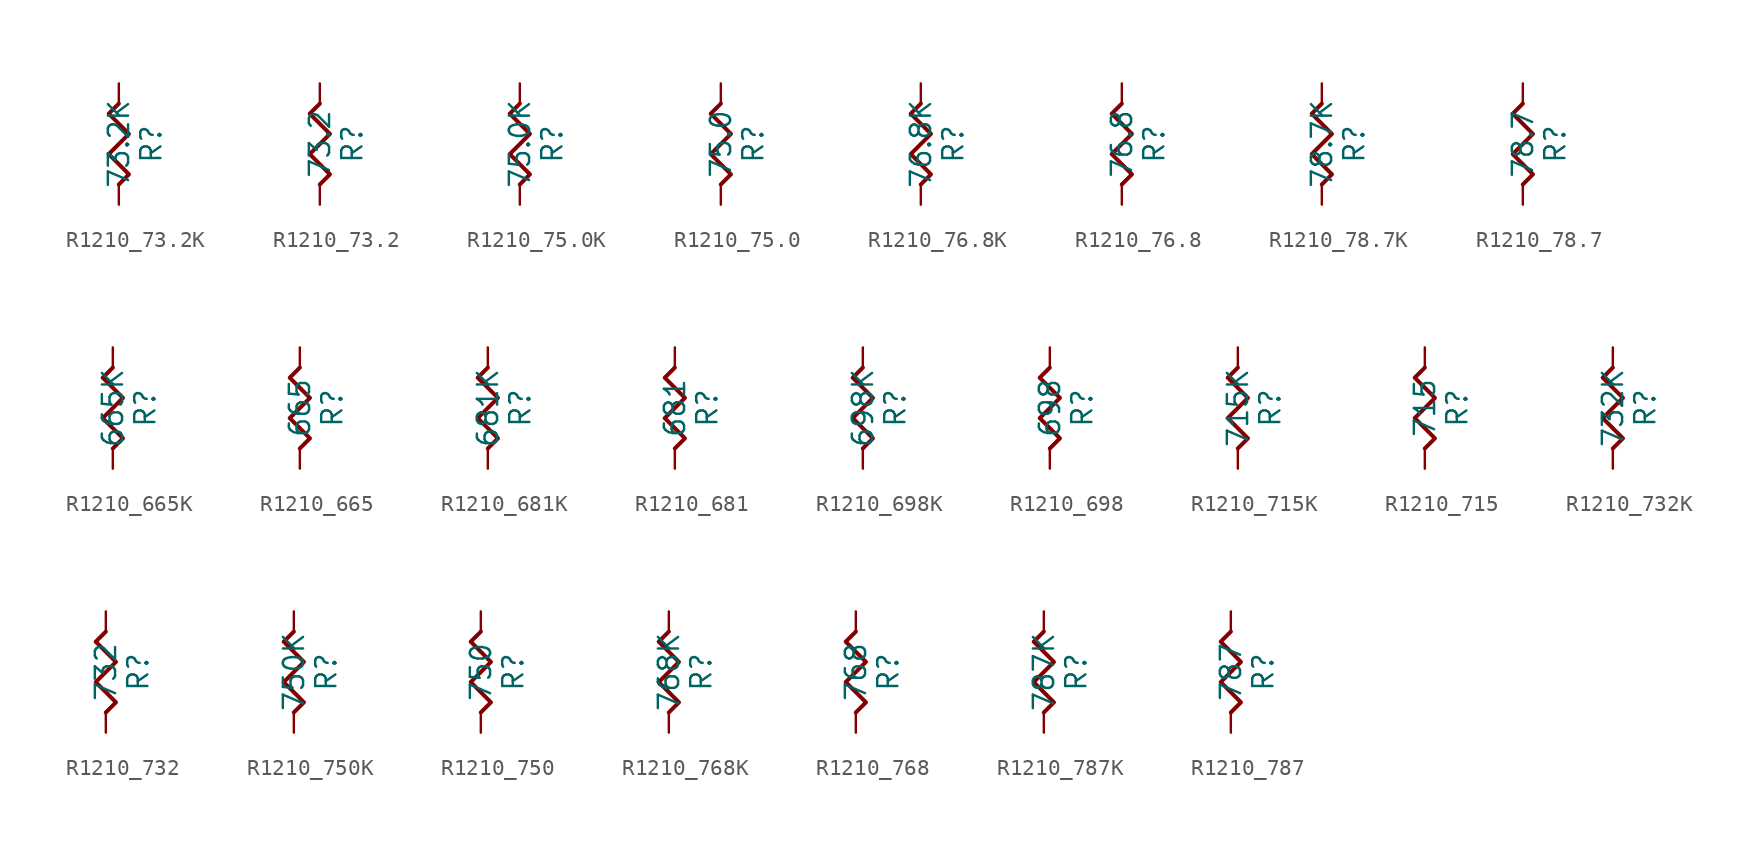
<source format=kicad_sym>
(kicad_symbol_lib
  (version 20211014)
  (generator atlantix-eda)
  (symbol "R1210_73.2K"
    (pin_numbers hide)
    (pin_names
      (offset 0))
    (property "Reference" "R"
      (at 2.032 0 90)
      (effects (font (size 1.27 1.27))))
    (property "Value" "73.2K"
      (at 0 0 90)
      (effects (font (size 1.27 1.27))))
    (symbol "R1210_73.2K_0_1"
      (polyline (pts (xy 0 -2.54) (xy 0.635 -1.905) (xy -0.635 -0.635) (xy 0.635 0.635) (xy -0.635 1.905) (xy 0 2.54)) (stroke (width 0.254) (type default) (color 0 0 0 0)) (fill (type none))))
    (symbol "R1210_73.2K_1_1"
      (pin passive line (at 0 3.81 270) (length 1.27) (name "~" (effects (font (size 1.27 1.27)))) (number "1" (effects (font (size 1.27 1.27)))))
      (pin passive line (at 0 -3.81 90) (length 1.27) (name "~" (effects (font (size 1.27 1.27)))) (number "2" (effects (font (size 1.27 1.27)))))))
  (symbol "R1210_73.2"
    (pin_numbers hide)
    (pin_names
      (offset 0))
    (property "Reference" "R"
      (at 2.032 0 90)
      (effects (font (size 1.27 1.27))))
    (property "Value" "73.2"
      (at 0 0 90)
      (effects (font (size 1.27 1.27))))
    (symbol "R1210_73.2_0_1"
      (polyline (pts (xy 0 -2.54) (xy 0.635 -1.905) (xy -0.635 -0.635) (xy 0.635 0.635) (xy -0.635 1.905) (xy 0 2.54)) (stroke (width 0.254) (type default) (color 0 0 0 0)) (fill (type none))))
    (symbol "R1210_73.2_1_1"
      (pin passive line (at 0 3.81 270) (length 1.27) (name "~" (effects (font (size 1.27 1.27)))) (number "1" (effects (font (size 1.27 1.27)))))
      (pin passive line (at 0 -3.81 90) (length 1.27) (name "~" (effects (font (size 1.27 1.27)))) (number "2" (effects (font (size 1.27 1.27)))))))
  (symbol "R1210_75.0K"
    (pin_numbers hide)
    (pin_names
      (offset 0))
    (property "Reference" "R"
      (at 2.032 0 90)
      (effects (font (size 1.27 1.27))))
    (property "Value" "75.0K"
      (at 0 0 90)
      (effects (font (size 1.27 1.27))))
    (symbol "R1210_75.0K_0_1"
      (polyline (pts (xy 0 -2.54) (xy 0.635 -1.905) (xy -0.635 -0.635) (xy 0.635 0.635) (xy -0.635 1.905) (xy 0 2.54)) (stroke (width 0.254) (type default) (color 0 0 0 0)) (fill (type none))))
    (symbol "R1210_75.0K_1_1"
      (pin passive line (at 0 3.81 270) (length 1.27) (name "~" (effects (font (size 1.27 1.27)))) (number "1" (effects (font (size 1.27 1.27)))))
      (pin passive line (at 0 -3.81 90) (length 1.27) (name "~" (effects (font (size 1.27 1.27)))) (number "2" (effects (font (size 1.27 1.27)))))))
  (symbol "R1210_75.0"
    (pin_numbers hide)
    (pin_names
      (offset 0))
    (property "Reference" "R"
      (at 2.032 0 90)
      (effects (font (size 1.27 1.27))))
    (property "Value" "75.0"
      (at 0 0 90)
      (effects (font (size 1.27 1.27))))
    (symbol "R1210_75.0_0_1"
      (polyline (pts (xy 0 -2.54) (xy 0.635 -1.905) (xy -0.635 -0.635) (xy 0.635 0.635) (xy -0.635 1.905) (xy 0 2.54)) (stroke (width 0.254) (type default) (color 0 0 0 0)) (fill (type none))))
    (symbol "R1210_75.0_1_1"
      (pin passive line (at 0 3.81 270) (length 1.27) (name "~" (effects (font (size 1.27 1.27)))) (number "1" (effects (font (size 1.27 1.27)))))
      (pin passive line (at 0 -3.81 90) (length 1.27) (name "~" (effects (font (size 1.27 1.27)))) (number "2" (effects (font (size 1.27 1.27)))))))
  (symbol "R1210_76.8K"
    (pin_numbers hide)
    (pin_names
      (offset 0))
    (property "Reference" "R"
      (at 2.032 0 90)
      (effects (font (size 1.27 1.27))))
    (property "Value" "76.8K"
      (at 0 0 90)
      (effects (font (size 1.27 1.27))))
    (symbol "R1210_76.8K_0_1"
      (polyline (pts (xy 0 -2.54) (xy 0.635 -1.905) (xy -0.635 -0.635) (xy 0.635 0.635) (xy -0.635 1.905) (xy 0 2.54)) (stroke (width 0.254) (type default) (color 0 0 0 0)) (fill (type none))))
    (symbol "R1210_76.8K_1_1"
      (pin passive line (at 0 3.81 270) (length 1.27) (name "~" (effects (font (size 1.27 1.27)))) (number "1" (effects (font (size 1.27 1.27)))))
      (pin passive line (at 0 -3.81 90) (length 1.27) (name "~" (effects (font (size 1.27 1.27)))) (number "2" (effects (font (size 1.27 1.27)))))))
  (symbol "R1210_76.8"
    (pin_numbers hide)
    (pin_names
      (offset 0))
    (property "Reference" "R"
      (at 2.032 0 90)
      (effects (font (size 1.27 1.27))))
    (property "Value" "76.8"
      (at 0 0 90)
      (effects (font (size 1.27 1.27))))
    (symbol "R1210_76.8_0_1"
      (polyline (pts (xy 0 -2.54) (xy 0.635 -1.905) (xy -0.635 -0.635) (xy 0.635 0.635) (xy -0.635 1.905) (xy 0 2.54)) (stroke (width 0.254) (type default) (color 0 0 0 0)) (fill (type none))))
    (symbol "R1210_76.8_1_1"
      (pin passive line (at 0 3.81 270) (length 1.27) (name "~" (effects (font (size 1.27 1.27)))) (number "1" (effects (font (size 1.27 1.27)))))
      (pin passive line (at 0 -3.81 90) (length 1.27) (name "~" (effects (font (size 1.27 1.27)))) (number "2" (effects (font (size 1.27 1.27)))))))
  (symbol "R1210_78.7K"
    (pin_numbers hide)
    (pin_names
      (offset 0))
    (property "Reference" "R"
      (at 2.032 0 90)
      (effects (font (size 1.27 1.27))))
    (property "Value" "78.7K"
      (at 0 0 90)
      (effects (font (size 1.27 1.27))))
    (symbol "R1210_78.7K_0_1"
      (polyline (pts (xy 0 -2.54) (xy 0.635 -1.905) (xy -0.635 -0.635) (xy 0.635 0.635) (xy -0.635 1.905) (xy 0 2.54)) (stroke (width 0.254) (type default) (color 0 0 0 0)) (fill (type none))))
    (symbol "R1210_78.7K_1_1"
      (pin passive line (at 0 3.81 270) (length 1.27) (name "~" (effects (font (size 1.27 1.27)))) (number "1" (effects (font (size 1.27 1.27)))))
      (pin passive line (at 0 -3.81 90) (length 1.27) (name "~" (effects (font (size 1.27 1.27)))) (number "2" (effects (font (size 1.27 1.27)))))))
  (symbol "R1210_78.7"
    (pin_numbers hide)
    (pin_names
      (offset 0))
    (property "Reference" "R"
      (at 2.032 0 90)
      (effects (font (size 1.27 1.27))))
    (property "Value" "78.7"
      (at 0 0 90)
      (effects (font (size 1.27 1.27))))
    (symbol "R1210_78.7_0_1"
      (polyline (pts (xy 0 -2.54) (xy 0.635 -1.905) (xy -0.635 -0.635) (xy 0.635 0.635) (xy -0.635 1.905) (xy 0 2.54)) (stroke (width 0.254) (type default) (color 0 0 0 0)) (fill (type none))))
    (symbol "R1210_78.7_1_1"
      (pin passive line (at 0 3.81 270) (length 1.27) (name "~" (effects (font (size 1.27 1.27)))) (number "1" (effects (font (size 1.27 1.27)))))
      (pin passive line (at 0 -3.81 90) (length 1.27) (name "~" (effects (font (size 1.27 1.27)))) (number "2" (effects (font (size 1.27 1.27)))))))
  (symbol "R1210_665K"
    (pin_numbers hide)
    (pin_names
      (offset 0))
    (property "Reference" "R"
      (at 2.032 0 90)
      (effects (font (size 1.27 1.27))))
    (property "Value" "665K"
      (at 0 0 90)
      (effects (font (size 1.27 1.27))))
    (symbol "R1210_665K_0_1"
      (polyline (pts (xy 0 -2.54) (xy 0.635 -1.905) (xy -0.635 -0.635) (xy 0.635 0.635) (xy -0.635 1.905) (xy 0 2.54)) (stroke (width 0.254) (type default) (color 0 0 0 0)) (fill (type none))))
    (symbol "R1210_665K_1_1"
      (pin passive line (at 0 3.81 270) (length 1.27) (name "~" (effects (font (size 1.27 1.27)))) (number "1" (effects (font (size 1.27 1.27)))))
      (pin passive line (at 0 -3.81 90) (length 1.27) (name "~" (effects (font (size 1.27 1.27)))) (number "2" (effects (font (size 1.27 1.27)))))))
  (symbol "R1210_665"
    (pin_numbers hide)
    (pin_names
      (offset 0))
    (property "Reference" "R"
      (at 2.032 0 90)
      (effects (font (size 1.27 1.27))))
    (property "Value" "665"
      (at 0 0 90)
      (effects (font (size 1.27 1.27))))
    (symbol "R1210_665_0_1"
      (polyline (pts (xy 0 -2.54) (xy 0.635 -1.905) (xy -0.635 -0.635) (xy 0.635 0.635) (xy -0.635 1.905) (xy 0 2.54)) (stroke (width 0.254) (type default) (color 0 0 0 0)) (fill (type none))))
    (symbol "R1210_665_1_1"
      (pin passive line (at 0 3.81 270) (length 1.27) (name "~" (effects (font (size 1.27 1.27)))) (number "1" (effects (font (size 1.27 1.27)))))
      (pin passive line (at 0 -3.81 90) (length 1.27) (name "~" (effects (font (size 1.27 1.27)))) (number "2" (effects (font (size 1.27 1.27)))))))
  (symbol "R1210_681K"
    (pin_numbers hide)
    (pin_names
      (offset 0))
    (property "Reference" "R"
      (at 2.032 0 90)
      (effects (font (size 1.27 1.27))))
    (property "Value" "681K"
      (at 0 0 90)
      (effects (font (size 1.27 1.27))))
    (symbol "R1210_681K_0_1"
      (polyline (pts (xy 0 -2.54) (xy 0.635 -1.905) (xy -0.635 -0.635) (xy 0.635 0.635) (xy -0.635 1.905) (xy 0 2.54)) (stroke (width 0.254) (type default) (color 0 0 0 0)) (fill (type none))))
    (symbol "R1210_681K_1_1"
      (pin passive line (at 0 3.81 270) (length 1.27) (name "~" (effects (font (size 1.27 1.27)))) (number "1" (effects (font (size 1.27 1.27)))))
      (pin passive line (at 0 -3.81 90) (length 1.27) (name "~" (effects (font (size 1.27 1.27)))) (number "2" (effects (font (size 1.27 1.27)))))))
  (symbol "R1210_681"
    (pin_numbers hide)
    (pin_names
      (offset 0))
    (property "Reference" "R"
      (at 2.032 0 90)
      (effects (font (size 1.27 1.27))))
    (property "Value" "681"
      (at 0 0 90)
      (effects (font (size 1.27 1.27))))
    (symbol "R1210_681_0_1"
      (polyline (pts (xy 0 -2.54) (xy 0.635 -1.905) (xy -0.635 -0.635) (xy 0.635 0.635) (xy -0.635 1.905) (xy 0 2.54)) (stroke (width 0.254) (type default) (color 0 0 0 0)) (fill (type none))))
    (symbol "R1210_681_1_1"
      (pin passive line (at 0 3.81 270) (length 1.27) (name "~" (effects (font (size 1.27 1.27)))) (number "1" (effects (font (size 1.27 1.27)))))
      (pin passive line (at 0 -3.81 90) (length 1.27) (name "~" (effects (font (size 1.27 1.27)))) (number "2" (effects (font (size 1.27 1.27)))))))
  (symbol "R1210_698K"
    (pin_numbers hide)
    (pin_names
      (offset 0))
    (property "Reference" "R"
      (at 2.032 0 90)
      (effects (font (size 1.27 1.27))))
    (property "Value" "698K"
      (at 0 0 90)
      (effects (font (size 1.27 1.27))))
    (symbol "R1210_698K_0_1"
      (polyline (pts (xy 0 -2.54) (xy 0.635 -1.905) (xy -0.635 -0.635) (xy 0.635 0.635) (xy -0.635 1.905) (xy 0 2.54)) (stroke (width 0.254) (type default) (color 0 0 0 0)) (fill (type none))))
    (symbol "R1210_698K_1_1"
      (pin passive line (at 0 3.81 270) (length 1.27) (name "~" (effects (font (size 1.27 1.27)))) (number "1" (effects (font (size 1.27 1.27)))))
      (pin passive line (at 0 -3.81 90) (length 1.27) (name "~" (effects (font (size 1.27 1.27)))) (number "2" (effects (font (size 1.27 1.27)))))))
  (symbol "R1210_698"
    (pin_numbers hide)
    (pin_names
      (offset 0))
    (property "Reference" "R"
      (at 2.032 0 90)
      (effects (font (size 1.27 1.27))))
    (property "Value" "698"
      (at 0 0 90)
      (effects (font (size 1.27 1.27))))
    (symbol "R1210_698_0_1"
      (polyline (pts (xy 0 -2.54) (xy 0.635 -1.905) (xy -0.635 -0.635) (xy 0.635 0.635) (xy -0.635 1.905) (xy 0 2.54)) (stroke (width 0.254) (type default) (color 0 0 0 0)) (fill (type none))))
    (symbol "R1210_698_1_1"
      (pin passive line (at 0 3.81 270) (length 1.27) (name "~" (effects (font (size 1.27 1.27)))) (number "1" (effects (font (size 1.27 1.27)))))
      (pin passive line (at 0 -3.81 90) (length 1.27) (name "~" (effects (font (size 1.27 1.27)))) (number "2" (effects (font (size 1.27 1.27)))))))
  (symbol "R1210_715K"
    (pin_numbers hide)
    (pin_names
      (offset 0))
    (property "Reference" "R"
      (at 2.032 0 90)
      (effects (font (size 1.27 1.27))))
    (property "Value" "715K"
      (at 0 0 90)
      (effects (font (size 1.27 1.27))))
    (symbol "R1210_715K_0_1"
      (polyline (pts (xy 0 -2.54) (xy 0.635 -1.905) (xy -0.635 -0.635) (xy 0.635 0.635) (xy -0.635 1.905) (xy 0 2.54)) (stroke (width 0.254) (type default) (color 0 0 0 0)) (fill (type none))))
    (symbol "R1210_715K_1_1"
      (pin passive line (at 0 3.81 270) (length 1.27) (name "~" (effects (font (size 1.27 1.27)))) (number "1" (effects (font (size 1.27 1.27)))))
      (pin passive line (at 0 -3.81 90) (length 1.27) (name "~" (effects (font (size 1.27 1.27)))) (number "2" (effects (font (size 1.27 1.27)))))))
  (symbol "R1210_715"
    (pin_numbers hide)
    (pin_names
      (offset 0))
    (property "Reference" "R"
      (at 2.032 0 90)
      (effects (font (size 1.27 1.27))))
    (property "Value" "715"
      (at 0 0 90)
      (effects (font (size 1.27 1.27))))
    (symbol "R1210_715_0_1"
      (polyline (pts (xy 0 -2.54) (xy 0.635 -1.905) (xy -0.635 -0.635) (xy 0.635 0.635) (xy -0.635 1.905) (xy 0 2.54)) (stroke (width 0.254) (type default) (color 0 0 0 0)) (fill (type none))))
    (symbol "R1210_715_1_1"
      (pin passive line (at 0 3.81 270) (length 1.27) (name "~" (effects (font (size 1.27 1.27)))) (number "1" (effects (font (size 1.27 1.27)))))
      (pin passive line (at 0 -3.81 90) (length 1.27) (name "~" (effects (font (size 1.27 1.27)))) (number "2" (effects (font (size 1.27 1.27)))))))
  (symbol "R1210_732K"
    (pin_numbers hide)
    (pin_names
      (offset 0))
    (property "Reference" "R"
      (at 2.032 0 90)
      (effects (font (size 1.27 1.27))))
    (property "Value" "732K"
      (at 0 0 90)
      (effects (font (size 1.27 1.27))))
    (symbol "R1210_732K_0_1"
      (polyline (pts (xy 0 -2.54) (xy 0.635 -1.905) (xy -0.635 -0.635) (xy 0.635 0.635) (xy -0.635 1.905) (xy 0 2.54)) (stroke (width 0.254) (type default) (color 0 0 0 0)) (fill (type none))))
    (symbol "R1210_732K_1_1"
      (pin passive line (at 0 3.81 270) (length 1.27) (name "~" (effects (font (size 1.27 1.27)))) (number "1" (effects (font (size 1.27 1.27)))))
      (pin passive line (at 0 -3.81 90) (length 1.27) (name "~" (effects (font (size 1.27 1.27)))) (number "2" (effects (font (size 1.27 1.27)))))))
  (symbol "R1210_732"
    (pin_numbers hide)
    (pin_names
      (offset 0))
    (property "Reference" "R"
      (at 2.032 0 90)
      (effects (font (size 1.27 1.27))))
    (property "Value" "732"
      (at 0 0 90)
      (effects (font (size 1.27 1.27))))
    (symbol "R1210_732_0_1"
      (polyline (pts (xy 0 -2.54) (xy 0.635 -1.905) (xy -0.635 -0.635) (xy 0.635 0.635) (xy -0.635 1.905) (xy 0 2.54)) (stroke (width 0.254) (type default) (color 0 0 0 0)) (fill (type none))))
    (symbol "R1210_732_1_1"
      (pin passive line (at 0 3.81 270) (length 1.27) (name "~" (effects (font (size 1.27 1.27)))) (number "1" (effects (font (size 1.27 1.27)))))
      (pin passive line (at 0 -3.81 90) (length 1.27) (name "~" (effects (font (size 1.27 1.27)))) (number "2" (effects (font (size 1.27 1.27)))))))
  (symbol "R1210_750K"
    (pin_numbers hide)
    (pin_names
      (offset 0))
    (property "Reference" "R"
      (at 2.032 0 90)
      (effects (font (size 1.27 1.27))))
    (property "Value" "750K"
      (at 0 0 90)
      (effects (font (size 1.27 1.27))))
    (symbol "R1210_750K_0_1"
      (polyline (pts (xy 0 -2.54) (xy 0.635 -1.905) (xy -0.635 -0.635) (xy 0.635 0.635) (xy -0.635 1.905) (xy 0 2.54)) (stroke (width 0.254) (type default) (color 0 0 0 0)) (fill (type none))))
    (symbol "R1210_750K_1_1"
      (pin passive line (at 0 3.81 270) (length 1.27) (name "~" (effects (font (size 1.27 1.27)))) (number "1" (effects (font (size 1.27 1.27)))))
      (pin passive line (at 0 -3.81 90) (length 1.27) (name "~" (effects (font (size 1.27 1.27)))) (number "2" (effects (font (size 1.27 1.27)))))))
  (symbol "R1210_750"
    (pin_numbers hide)
    (pin_names
      (offset 0))
    (property "Reference" "R"
      (at 2.032 0 90)
      (effects (font (size 1.27 1.27))))
    (property "Value" "750"
      (at 0 0 90)
      (effects (font (size 1.27 1.27))))
    (symbol "R1210_750_0_1"
      (polyline (pts (xy 0 -2.54) (xy 0.635 -1.905) (xy -0.635 -0.635) (xy 0.635 0.635) (xy -0.635 1.905) (xy 0 2.54)) (stroke (width 0.254) (type default) (color 0 0 0 0)) (fill (type none))))
    (symbol "R1210_750_1_1"
      (pin passive line (at 0 3.81 270) (length 1.27) (name "~" (effects (font (size 1.27 1.27)))) (number "1" (effects (font (size 1.27 1.27)))))
      (pin passive line (at 0 -3.81 90) (length 1.27) (name "~" (effects (font (size 1.27 1.27)))) (number "2" (effects (font (size 1.27 1.27)))))))
  (symbol "R1210_768K"
    (pin_numbers hide)
    (pin_names
      (offset 0))
    (property "Reference" "R"
      (at 2.032 0 90)
      (effects (font (size 1.27 1.27))))
    (property "Value" "768K"
      (at 0 0 90)
      (effects (font (size 1.27 1.27))))
    (symbol "R1210_768K_0_1"
      (polyline (pts (xy 0 -2.54) (xy 0.635 -1.905) (xy -0.635 -0.635) (xy 0.635 0.635) (xy -0.635 1.905) (xy 0 2.54)) (stroke (width 0.254) (type default) (color 0 0 0 0)) (fill (type none))))
    (symbol "R1210_768K_1_1"
      (pin passive line (at 0 3.81 270) (length 1.27) (name "~" (effects (font (size 1.27 1.27)))) (number "1" (effects (font (size 1.27 1.27)))))
      (pin passive line (at 0 -3.81 90) (length 1.27) (name "~" (effects (font (size 1.27 1.27)))) (number "2" (effects (font (size 1.27 1.27)))))))
  (symbol "R1210_768"
    (pin_numbers hide)
    (pin_names
      (offset 0))
    (property "Reference" "R"
      (at 2.032 0 90)
      (effects (font (size 1.27 1.27))))
    (property "Value" "768"
      (at 0 0 90)
      (effects (font (size 1.27 1.27))))
    (symbol "R1210_768_0_1"
      (polyline (pts (xy 0 -2.54) (xy 0.635 -1.905) (xy -0.635 -0.635) (xy 0.635 0.635) (xy -0.635 1.905) (xy 0 2.54)) (stroke (width 0.254) (type default) (color 0 0 0 0)) (fill (type none))))
    (symbol "R1210_768_1_1"
      (pin passive line (at 0 3.81 270) (length 1.27) (name "~" (effects (font (size 1.27 1.27)))) (number "1" (effects (font (size 1.27 1.27)))))
      (pin passive line (at 0 -3.81 90) (length 1.27) (name "~" (effects (font (size 1.27 1.27)))) (number "2" (effects (font (size 1.27 1.27)))))))
  (symbol "R1210_787K"
    (pin_numbers hide)
    (pin_names
      (offset 0))
    (property "Reference" "R"
      (at 2.032 0 90)
      (effects (font (size 1.27 1.27))))
    (property "Value" "787K"
      (at 0 0 90)
      (effects (font (size 1.27 1.27))))
    (symbol "R1210_787K_0_1"
      (polyline (pts (xy 0 -2.54) (xy 0.635 -1.905) (xy -0.635 -0.635) (xy 0.635 0.635) (xy -0.635 1.905) (xy 0 2.54)) (stroke (width 0.254) (type default) (color 0 0 0 0)) (fill (type none))))
    (symbol "R1210_787K_1_1"
      (pin passive line (at 0 3.81 270) (length 1.27) (name "~" (effects (font (size 1.27 1.27)))) (number "1" (effects (font (size 1.27 1.27)))))
      (pin passive line (at 0 -3.81 90) (length 1.27) (name "~" (effects (font (size 1.27 1.27)))) (number "2" (effects (font (size 1.27 1.27)))))))
  (symbol "R1210_787"
    (pin_numbers hide)
    (pin_names
      (offset 0))
    (property "Reference" "R"
      (at 2.032 0 90)
      (effects (font (size 1.27 1.27))))
    (property "Value" "787"
      (at 0 0 90)
      (effects (font (size 1.27 1.27))))
    (symbol "R1210_787_0_1"
      (polyline (pts (xy 0 -2.54) (xy 0.635 -1.905) (xy -0.635 -0.635) (xy 0.635 0.635) (xy -0.635 1.905) (xy 0 2.54)) (stroke (width 0.254) (type default) (color 0 0 0 0)) (fill (type none))))
    (symbol "R1210_787_1_1"
      (pin passive line (at 0 3.81 270) (length 1.27) (name "~" (effects (font (size 1.27 1.27)))) (number "1" (effects (font (size 1.27 1.27)))))
      (pin passive line (at 0 -3.81 90) (length 1.27) (name "~" (effects (font (size 1.27 1.27)))) (number "2" (effects (font (size 1.27 1.27))))))))
</source>
